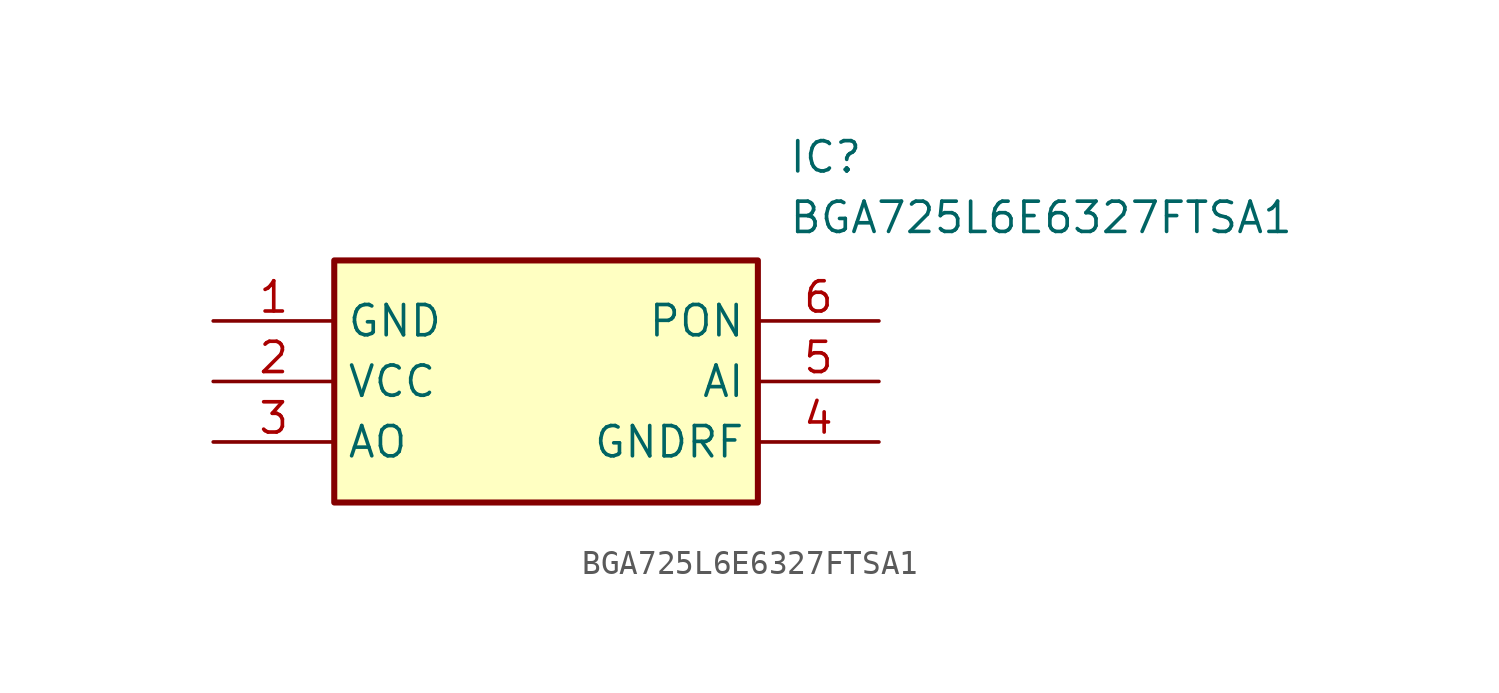
<source format=kicad_sym>
(kicad_symbol_lib
  (version 20211014)
  (generator SamacSys_ECAD_Model)
  (symbol "BGA725L6E6327FTSA1"
    (property "Reference" "IC"
      (at 24.13 7.62 0)
      (effects (font (size 1.27 1.27)) (justify left top)))
    (property "Value" "BGA725L6E6327FTSA1"
      (at 24.13 5.08 0)
      (effects (font (size 1.27 1.27)) (justify left top)))
    (rectangle
      (start 5.08 2.54)
      (end 22.86 -7.62)
      (stroke (width 0.254) (type default))
      (fill (type background)))
    (pin passive line
      (at 0 0 0)
      (length 5.08)
      (name "GND" (effects (font (size 1.27 1.27))))
      (number "1" (effects (font (size 1.27 1.27)))))
    (pin passive line
      (at 0 -2.54 0)
      (length 5.08)
      (name "VCC" (effects (font (size 1.27 1.27))))
      (number "2" (effects (font (size 1.27 1.27)))))
    (pin passive line
      (at 0 -5.08 0)
      (length 5.08)
      (name "AO" (effects (font (size 1.27 1.27))))
      (number "3" (effects (font (size 1.27 1.27)))))
    (pin passive line
      (at 27.94 -5.08 180)
      (length 5.08)
      (name "GNDRF" (effects (font (size 1.27 1.27))))
      (number "4" (effects (font (size 1.27 1.27)))))
    (pin passive line
      (at 27.94 -2.54 180)
      (length 5.08)
      (name "AI" (effects (font (size 1.27 1.27))))
      (number "5" (effects (font (size 1.27 1.27)))))
    (pin passive line
      (at 27.94 0 180)
      (length 5.08)
      (name "PON" (effects (font (size 1.27 1.27))))
      (number "6" (effects (font (size 1.27 1.27)))))))
</source>
